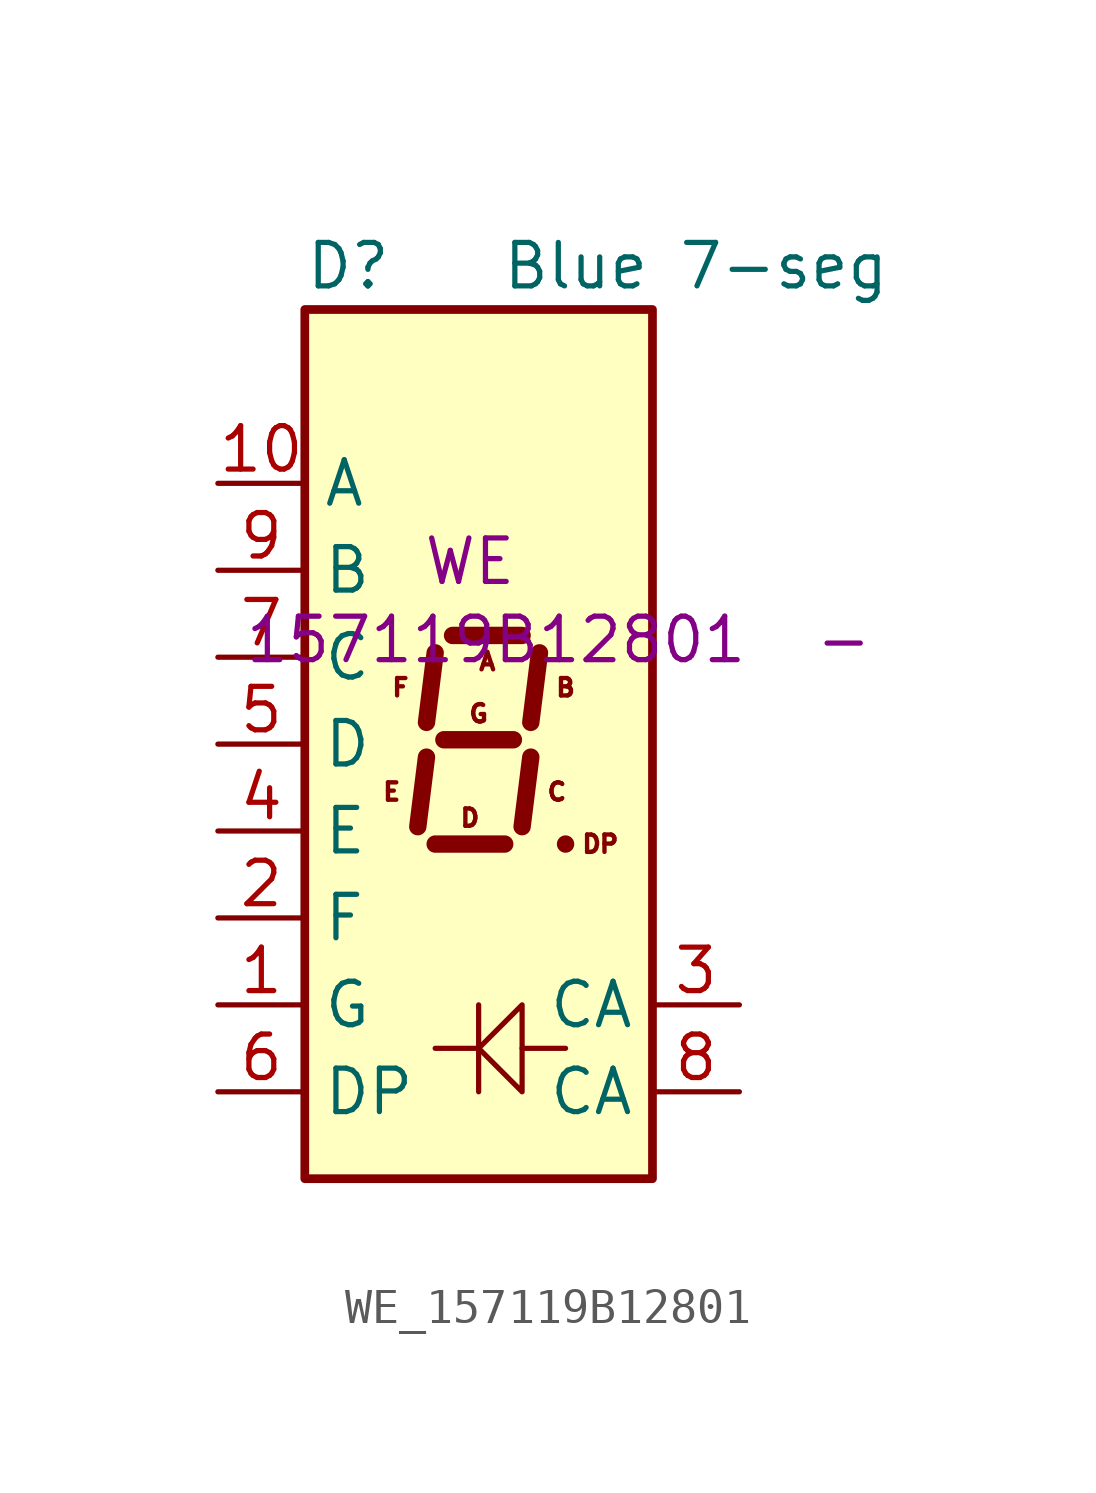
<source format=kicad_sym>
(kicad_symbol_lib
  (version 20231120)
  (generator "kicad_symbol_editor")
  (generator_version "8.0")
  (symbol "WE_157119B12801"
    (property "Reference" "D"
      (at -3.81 13.97 0)
      (effects (font (size 1.27 1.27))))
    (property "Value" "Blue 7-seg"
      (at 6.35 13.97 0)
      (effects (font (size 1.27 1.27))))
    (property "M" "WE"
      (at -0.254 5.334 0)
      (effects (font (size 1.27 1.27))))
    (property "MPN" "157119B12801"
      (at 0.508 3.048 0)
      (effects (font (size 1.27 1.27))))
    (property "jlc" "-"
      (at 10.668 3.048 0)
      (effects (font (size 1.27 1.27))))
    (symbol "WE_157119B12801_0_1"
      (polyline (pts (xy 0 -8.89) (xy -1.27 -8.89)) (stroke (width 0) (type default)) (fill (type none)))
      (polyline (pts (xy 0 -7.62) (xy 0 -10.16)) (stroke (width 0) (type default)) (fill (type none)))
      (polyline (pts (xy 1.27 -8.89) (xy 2.54 -8.89)) (stroke (width 0) (type default)) (fill (type none)))
      (polyline (pts (xy 1.27 -7.62) (xy 1.27 -10.16) (xy 0 -8.89) (xy 1.27 -7.62)) (stroke (width 0) (type default)) (fill (type none))))
    (symbol "WE_157119B12801_1_0"
      (text "A" (at 0.254 2.413 0) (effects (font (size 0.508 0.508))))
      (text "B" (at 2.54 1.651 0) (effects (font (size 0.508 0.508))))
      (text "C" (at 2.286 -1.397 0) (effects (font (size 0.508 0.508))))
      (text "D" (at -0.254 -2.159 0) (effects (font (size 0.508 0.508))))
      (text "DP" (at 3.556 -2.921 0) (effects (font (size 0.508 0.508))))
      (text "E" (at -2.54 -1.397 0) (effects (font (size 0.508 0.508))))
      (text "F" (at -2.286 1.651 0) (effects (font (size 0.508 0.508))))
      (text "G" (at 0 0.889 0) (effects (font (size 0.508 0.508)))))
    (symbol "WE_157119B12801_1_1"
      (rectangle (start -5.08 12.7) (end 5.08 -12.7) (stroke (width 0.254) (type default)) (fill (type background)))
      (polyline (pts (xy -1.524 -0.381) (xy -1.778 -2.413)) (stroke (width 0.508) (type default)) (fill (type none)))
      (polyline (pts (xy -1.27 -2.921) (xy 0.762 -2.921)) (stroke (width 0.508) (type default)) (fill (type none)))
      (polyline (pts (xy -1.27 2.667) (xy -1.524 0.635)) (stroke (width 0.508) (type default)) (fill (type none)))
      (polyline (pts (xy -1.016 0.127) (xy 1.016 0.127)) (stroke (width 0.508) (type default)) (fill (type none)))
      (polyline (pts (xy -0.762 3.175) (xy 1.27 3.175)) (stroke (width 0.508) (type default)) (fill (type none)))
      (polyline (pts (xy 1.524 -0.381) (xy 1.27 -2.413)) (stroke (width 0.508) (type default)) (fill (type none)))
      (polyline (pts (xy 1.778 2.667) (xy 1.524 0.635)) (stroke (width 0.508) (type default)) (fill (type none)))
      (polyline (pts (xy 2.54 -2.921) (xy 2.54 -2.921)) (stroke (width 0.508) (type default)) (fill (type none)))
      (pin input line (at -7.62 -7.62 0) (length 2.54) (name "G" (effects (font (size 1.27 1.27)))) (number "1" (effects (font (size 1.27 1.27)))))
      (pin input line (at -7.62 7.62 0) (length 2.54) (name "A" (effects (font (size 1.27 1.27)))) (number "10" (effects (font (size 1.27 1.27)))))
      (pin input line (at -7.62 -5.08 0) (length 2.54) (name "F" (effects (font (size 1.27 1.27)))) (number "2" (effects (font (size 1.27 1.27)))))
      (pin input line (at 7.62 -7.62 180) (length 2.54) (name "CA" (effects (font (size 1.27 1.27)))) (number "3" (effects (font (size 1.27 1.27)))))
      (pin input line (at -7.62 -2.54 0) (length 2.54) (name "E" (effects (font (size 1.27 1.27)))) (number "4" (effects (font (size 1.27 1.27)))))
      (pin input line (at -7.62 0 0) (length 2.54) (name "D" (effects (font (size 1.27 1.27)))) (number "5" (effects (font (size 1.27 1.27)))))
      (pin input line (at -7.62 -10.16 0) (length 2.54) (name "DP" (effects (font (size 1.27 1.27)))) (number "6" (effects (font (size 1.27 1.27)))))
      (pin input line (at -7.62 2.54 0) (length 2.54) (name "C" (effects (font (size 1.27 1.27)))) (number "7" (effects (font (size 1.27 1.27)))))
      (pin input line (at 7.62 -10.16 180) (length 2.54) (name "CA" (effects (font (size 1.27 1.27)))) (number "8" (effects (font (size 1.27 1.27)))))
      (pin input line (at -7.62 5.08 0) (length 2.54) (name "B" (effects (font (size 1.27 1.27)))) (number "9" (effects (font (size 1.27 1.27))))))))
</source>
